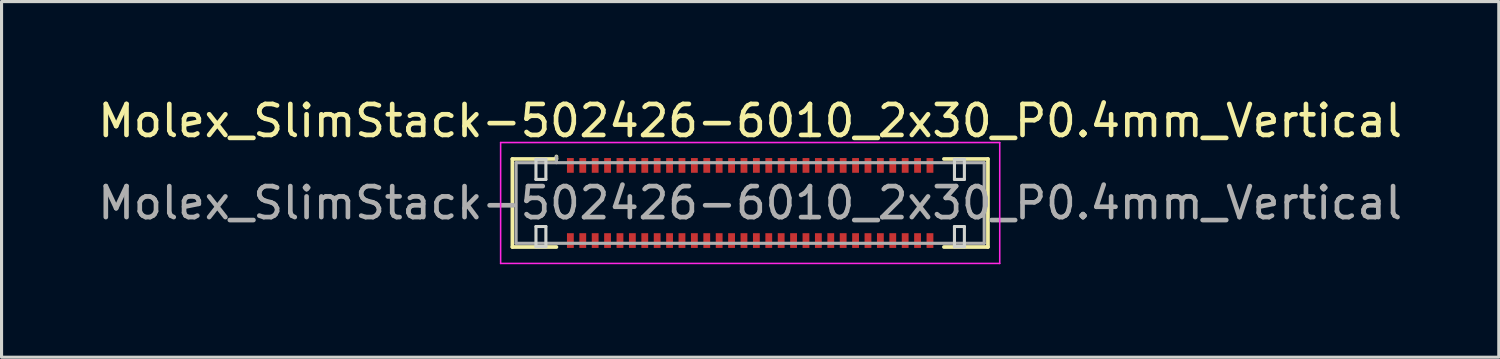
<source format=kicad_pcb>
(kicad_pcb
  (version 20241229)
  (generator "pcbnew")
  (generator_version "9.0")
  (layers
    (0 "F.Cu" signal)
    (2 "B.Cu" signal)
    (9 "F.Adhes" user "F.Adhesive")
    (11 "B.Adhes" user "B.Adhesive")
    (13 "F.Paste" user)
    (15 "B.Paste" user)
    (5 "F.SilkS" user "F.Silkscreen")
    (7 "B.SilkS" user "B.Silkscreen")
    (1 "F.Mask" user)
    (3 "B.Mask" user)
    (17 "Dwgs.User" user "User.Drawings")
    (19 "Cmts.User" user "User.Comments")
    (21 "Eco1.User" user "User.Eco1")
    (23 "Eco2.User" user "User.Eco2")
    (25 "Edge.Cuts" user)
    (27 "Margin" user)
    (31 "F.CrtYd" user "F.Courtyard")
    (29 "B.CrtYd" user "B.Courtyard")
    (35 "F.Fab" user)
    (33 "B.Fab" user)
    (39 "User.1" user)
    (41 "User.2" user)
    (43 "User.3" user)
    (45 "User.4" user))
  (footprint "Molex_SlimStack-502426-6010_2x30_P0.4mm_Vertical"
    (layer "F.Cu")
    (at 21.149 3.498)
    (property "Reference" "Molex_SlimStack-502426-6010_2x30_P0.4mm_Vertical" (at 0 -2.65 0) (layer "F.SilkS") (effects (font (size 1 1) (thickness 0.15))))
    (attr smd)
    (fp_line (start -7.67 -1.42) (end -6.25 -1.42) (stroke (width 0.12) (type solid)) (layer "F.SilkS"))
    (fp_line (start -7.67 1.42) (end -7.67 -1.42) (stroke (width 0.12) (type solid)) (layer "F.SilkS"))
    (fp_line (start -6.25 -1.42) (end -6.25 -1.5) (stroke (width 0.12) (type solid)) (layer "F.SilkS"))
    (fp_line (start -6.25 1.42) (end -7.67 1.42) (stroke (width 0.12) (type solid)) (layer "F.SilkS"))
    (fp_line (start 6.25 1.42) (end 7.67 1.42) (stroke (width 0.12) (type solid)) (layer "F.SilkS"))
    (fp_line (start 7.67 -1.42) (end 6.25 -1.42) (stroke (width 0.12) (type solid)) (layer "F.SilkS"))
    (fp_line (start 7.67 1.42) (end 7.67 -1.42) (stroke (width 0.12) (type solid)) (layer "F.SilkS"))
    (fp_line (start -6.91 -1.41) (end -6.91 -0.76) (stroke (width 0.1) (type solid)) (layer "Edge.Cuts"))
    (fp_line (start -6.91 -0.76) (end -6.59 -0.76) (stroke (width 0.1) (type solid)) (layer "Edge.Cuts"))
    (fp_line (start -6.91 0.76) (end -6.91 1.41) (stroke (width 0.1) (type solid)) (layer "Edge.Cuts"))
    (fp_line (start -6.91 1.41) (end -6.59 1.41) (stroke (width 0.1) (type solid)) (layer "Edge.Cuts"))
    (fp_line (start -6.59 -1.41) (end -6.91 -1.41) (stroke (width 0.1) (type solid)) (layer "Edge.Cuts"))
    (fp_line (start -6.59 -0.76) (end -6.59 -1.41) (stroke (width 0.1) (type solid)) (layer "Edge.Cuts"))
    (fp_line (start -6.59 0.76) (end -6.91 0.76) (stroke (width 0.1) (type solid)) (layer "Edge.Cuts"))
    (fp_line (start -6.59 1.41) (end -6.59 0.76) (stroke (width 0.1) (type solid)) (layer "Edge.Cuts"))
    (fp_line (start 6.59 -1.41) (end 6.59 -0.76) (stroke (width 0.1) (type solid)) (layer "Edge.Cuts"))
    (fp_line (start 6.59 -0.76) (end 6.91 -0.76) (stroke (width 0.1) (type solid)) (layer "Edge.Cuts"))
    (fp_line (start 6.59 0.76) (end 6.59 1.41) (stroke (width 0.1) (type solid)) (layer "Edge.Cuts"))
    (fp_line (start 6.59 1.41) (end 6.91 1.41) (stroke (width 0.1) (type solid)) (layer "Edge.Cuts"))
    (fp_line (start 6.91 -1.41) (end 6.59 -1.41) (stroke (width 0.1) (type solid)) (layer "Edge.Cuts"))
    (fp_line (start 6.91 -0.76) (end 6.91 -1.41) (stroke (width 0.1) (type solid)) (layer "Edge.Cuts"))
    (fp_line (start 6.91 0.76) (end 6.59 0.76) (stroke (width 0.1) (type solid)) (layer "Edge.Cuts"))
    (fp_line (start 6.91 1.41) (end 6.91 0.76) (stroke (width 0.1) (type solid)) (layer "Edge.Cuts"))
    (fp_line (start -8.05 -1.95) (end -8.05 1.95) (stroke (width 0.05) (type solid)) (layer "F.CrtYd"))
    (fp_line (start -8.05 1.95) (end 8.05 1.95) (stroke (width 0.05) (type solid)) (layer "F.CrtYd"))
    (fp_line (start 8.05 -1.95) (end -8.05 -1.95) (stroke (width 0.05) (type solid)) (layer "F.CrtYd"))
    (fp_line (start 8.05 1.95) (end 8.05 -1.95) (stroke (width 0.05) (type solid)) (layer "F.CrtYd"))
    (fp_line (start -7.55 -1.3) (end -7.55 1.3) (stroke (width 0.1) (type solid)) (layer "F.Fab"))
    (fp_line (start -7.55 1.3) (end 7.55 1.3) (stroke (width 0.1) (type solid)) (layer "F.Fab"))
    (fp_line (start -6.25 -1.3) (end -6.25 -1.5) (stroke (width 0.1) (type solid)) (layer "F.Fab"))
    (fp_line (start 7.55 -1.3) (end -7.55 -1.3) (stroke (width 0.1) (type solid)) (layer "F.Fab"))
    (fp_line (start 7.55 1.3) (end 7.55 -1.3) (stroke (width 0.1) (type solid)) (layer "F.Fab"))
    (fp_text user "${REFERENCE}" (at 0 0 0) (layer "F.Fab") (effects (font (size 1 1) (thickness 0.15))))
    (pad "1" smd rect (at 5.8 -1.212) (size 0.22 0.475) (layers "F.Cu" "F.Mask" "F.Paste"))
    (pad "2" smd rect (at 5.8 1.212) (size 0.22 0.475) (layers "F.Cu" "F.Mask" "F.Paste"))
    (pad "3" smd rect (at 5.4 -1.212) (size 0.22 0.475) (layers "F.Cu" "F.Mask" "F.Paste"))
    (pad "4" smd rect (at 5.4 1.212) (size 0.22 0.475) (layers "F.Cu" "F.Mask" "F.Paste"))
    (pad "5" smd rect (at 5 -1.212) (size 0.22 0.475) (layers "F.Cu" "F.Mask" "F.Paste"))
    (pad "6" smd rect (at 5 1.212) (size 0.22 0.475) (layers "F.Cu" "F.Mask" "F.Paste"))
    (pad "7" smd rect (at 4.6 -1.212) (size 0.22 0.475) (layers "F.Cu" "F.Mask" "F.Paste"))
    (pad "8" smd rect (at 4.6 1.212) (size 0.22 0.475) (layers "F.Cu" "F.Mask" "F.Paste"))
    (pad "9" smd rect (at 4.2 -1.212) (size 0.22 0.475) (layers "F.Cu" "F.Mask" "F.Paste"))
    (pad "10" smd rect (at 4.2 1.212) (size 0.22 0.475) (layers "F.Cu" "F.Mask" "F.Paste"))
    (pad "11" smd rect (at 3.8 -1.212) (size 0.22 0.475) (layers "F.Cu" "F.Mask" "F.Paste"))
    (pad "12" smd rect (at 3.8 1.212) (size 0.22 0.475) (layers "F.Cu" "F.Mask" "F.Paste"))
    (pad "13" smd rect (at 3.4 -1.212) (size 0.22 0.475) (layers "F.Cu" "F.Mask" "F.Paste"))
    (pad "14" smd rect (at 3.4 1.212) (size 0.22 0.475) (layers "F.Cu" "F.Mask" "F.Paste"))
    (pad "15" smd rect (at 3 -1.212) (size 0.22 0.475) (layers "F.Cu" "F.Mask" "F.Paste"))
    (pad "16" smd rect (at 3 1.212) (size 0.22 0.475) (layers "F.Cu" "F.Mask" "F.Paste"))
    (pad "17" smd rect (at 2.6 -1.212) (size 0.22 0.475) (layers "F.Cu" "F.Mask" "F.Paste"))
    (pad "18" smd rect (at 2.6 1.212) (size 0.22 0.475) (layers "F.Cu" "F.Mask" "F.Paste"))
    (pad "19" smd rect (at 2.2 -1.212) (size 0.22 0.475) (layers "F.Cu" "F.Mask" "F.Paste"))
    (pad "20" smd rect (at 2.2 1.212) (size 0.22 0.475) (layers "F.Cu" "F.Mask" "F.Paste"))
    (pad "21" smd rect (at 1.8 -1.212) (size 0.22 0.475) (layers "F.Cu" "F.Mask" "F.Paste"))
    (pad "22" smd rect (at 1.8 1.212) (size 0.22 0.475) (layers "F.Cu" "F.Mask" "F.Paste"))
    (pad "23" smd rect (at 1.4 -1.212) (size 0.22 0.475) (layers "F.Cu" "F.Mask" "F.Paste"))
    (pad "24" smd rect (at 1.4 1.212) (size 0.22 0.475) (layers "F.Cu" "F.Mask" "F.Paste"))
    (pad "25" smd rect (at 1 -1.212) (size 0.22 0.475) (layers "F.Cu" "F.Mask" "F.Paste"))
    (pad "26" smd rect (at 1 1.212) (size 0.22 0.475) (layers "F.Cu" "F.Mask" "F.Paste"))
    (pad "27" smd rect (at 0.6 -1.212) (size 0.22 0.475) (layers "F.Cu" "F.Mask" "F.Paste"))
    (pad "28" smd rect (at 0.6 1.212) (size 0.22 0.475) (layers "F.Cu" "F.Mask" "F.Paste"))
    (pad "29" smd rect (at 0.2 -1.212) (size 0.22 0.475) (layers "F.Cu" "F.Mask" "F.Paste"))
    (pad "30" smd rect (at 0.2 1.212) (size 0.22 0.475) (layers "F.Cu" "F.Mask" "F.Paste"))
    (pad "31" smd rect (at -0.2 -1.212) (size 0.22 0.475) (layers "F.Cu" "F.Mask" "F.Paste"))
    (pad "32" smd rect (at -0.2 1.212) (size 0.22 0.475) (layers "F.Cu" "F.Mask" "F.Paste"))
    (pad "33" smd rect (at -0.6 -1.212) (size 0.22 0.475) (layers "F.Cu" "F.Mask" "F.Paste"))
    (pad "34" smd rect (at -0.6 1.212) (size 0.22 0.475) (layers "F.Cu" "F.Mask" "F.Paste"))
    (pad "35" smd rect (at -1 -1.212) (size 0.22 0.475) (layers "F.Cu" "F.Mask" "F.Paste"))
    (pad "36" smd rect (at -1 1.212) (size 0.22 0.475) (layers "F.Cu" "F.Mask" "F.Paste"))
    (pad "37" smd rect (at -1.4 -1.212) (size 0.22 0.475) (layers "F.Cu" "F.Mask" "F.Paste"))
    (pad "38" smd rect (at -1.4 1.212) (size 0.22 0.475) (layers "F.Cu" "F.Mask" "F.Paste"))
    (pad "39" smd rect (at -1.8 -1.212) (size 0.22 0.475) (layers "F.Cu" "F.Mask" "F.Paste"))
    (pad "40" smd rect (at -1.8 1.212) (size 0.22 0.475) (layers "F.Cu" "F.Mask" "F.Paste"))
    (pad "41" smd rect (at -2.2 -1.212) (size 0.22 0.475) (layers "F.Cu" "F.Mask" "F.Paste"))
    (pad "42" smd rect (at -2.2 1.212) (size 0.22 0.475) (layers "F.Cu" "F.Mask" "F.Paste"))
    (pad "43" smd rect (at -2.6 -1.212) (size 0.22 0.475) (layers "F.Cu" "F.Mask" "F.Paste"))
    (pad "44" smd rect (at -2.6 1.212) (size 0.22 0.475) (layers "F.Cu" "F.Mask" "F.Paste"))
    (pad "45" smd rect (at -3 -1.212) (size 0.22 0.475) (layers "F.Cu" "F.Mask" "F.Paste"))
    (pad "46" smd rect (at -3 1.212) (size 0.22 0.475) (layers "F.Cu" "F.Mask" "F.Paste"))
    (pad "47" smd rect (at -3.4 -1.212) (size 0.22 0.475) (layers "F.Cu" "F.Mask" "F.Paste"))
    (pad "48" smd rect (at -3.4 1.212) (size 0.22 0.475) (layers "F.Cu" "F.Mask" "F.Paste"))
    (pad "49" smd rect (at -3.8 -1.212) (size 0.22 0.475) (layers "F.Cu" "F.Mask" "F.Paste"))
    (pad "50" smd rect (at -3.8 1.212) (size 0.22 0.475) (layers "F.Cu" "F.Mask" "F.Paste"))
    (pad "51" smd rect (at -4.2 -1.212) (size 0.22 0.475) (layers "F.Cu" "F.Mask" "F.Paste"))
    (pad "52" smd rect (at -4.2 1.212) (size 0.22 0.475) (layers "F.Cu" "F.Mask" "F.Paste"))
    (pad "53" smd rect (at -4.6 -1.212) (size 0.22 0.475) (layers "F.Cu" "F.Mask" "F.Paste"))
    (pad "54" smd rect (at -4.6 1.212) (size 0.22 0.475) (layers "F.Cu" "F.Mask" "F.Paste"))
    (pad "55" smd rect (at -5 -1.212) (size 0.22 0.475) (layers "F.Cu" "F.Mask" "F.Paste"))
    (pad "56" smd rect (at -5 1.212) (size 0.22 0.475) (layers "F.Cu" "F.Mask" "F.Paste"))
    (pad "57" smd rect (at -5.4 -1.212) (size 0.22 0.475) (layers "F.Cu" "F.Mask" "F.Paste"))
    (pad "58" smd rect (at -5.4 1.212) (size 0.22 0.475) (layers "F.Cu" "F.Mask" "F.Paste"))
    (pad "59" smd rect (at -5.8 -1.212) (size 0.22 0.475) (layers "F.Cu" "F.Mask" "F.Paste"))
    (pad "60" smd rect (at -5.8 1.212) (size 0.22 0.475) (layers "F.Cu" "F.Mask" "F.Paste")))
  (gr_rect
    (start -3 -3)
    (end 45.298 8.473)
    (stroke (width 0.1) (type default))
    (fill no)
    (layer "Edge.Cuts")))
</source>
